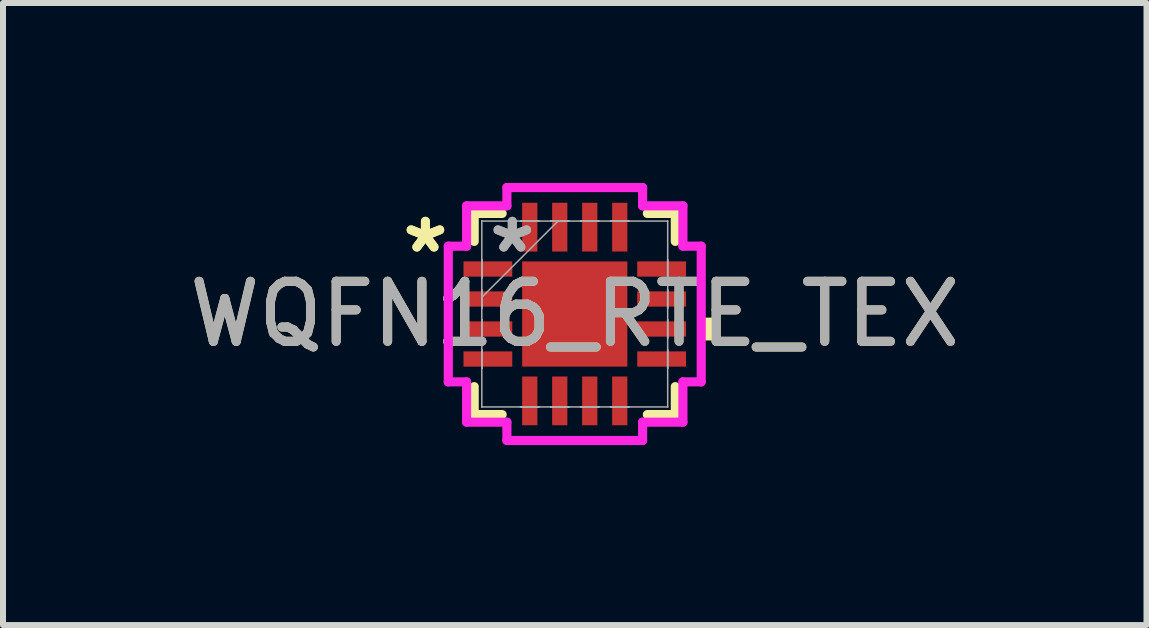
<source format=kicad_pcb>
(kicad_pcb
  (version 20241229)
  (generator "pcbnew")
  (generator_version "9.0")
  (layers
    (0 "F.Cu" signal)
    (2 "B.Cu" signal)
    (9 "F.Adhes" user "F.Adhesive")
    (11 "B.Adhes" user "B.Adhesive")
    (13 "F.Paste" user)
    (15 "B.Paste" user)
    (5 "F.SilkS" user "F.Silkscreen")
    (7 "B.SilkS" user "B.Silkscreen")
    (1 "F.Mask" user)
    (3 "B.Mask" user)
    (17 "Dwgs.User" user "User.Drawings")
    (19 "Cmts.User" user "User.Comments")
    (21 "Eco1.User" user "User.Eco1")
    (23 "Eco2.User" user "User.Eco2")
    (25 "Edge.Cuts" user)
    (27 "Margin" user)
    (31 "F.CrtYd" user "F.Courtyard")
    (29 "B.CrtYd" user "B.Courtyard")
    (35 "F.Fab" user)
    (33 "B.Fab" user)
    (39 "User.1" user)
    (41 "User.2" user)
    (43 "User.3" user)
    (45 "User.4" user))
  (footprint "WQFN16_RTE_TEX"
    (layer "F.Cu")
    (at 6.53 2.184)
    (property "Reference" "WQFN16_RTE_TEX" (at 0 0 0) (unlocked yes) (layer "F.SilkS") (effects (font (size 1 1) (thickness 0.15))))
    (attr smd)
    (fp_line (start -1.676 -1.676) (end -1.676 -1.21) (stroke (width 0.152) (type solid)) (layer "F.SilkS"))
    (fp_line (start -1.676 1.21) (end -1.676 1.676) (stroke (width 0.152) (type solid)) (layer "F.SilkS"))
    (fp_line (start -1.676 1.676) (end -1.21 1.676) (stroke (width 0.152) (type solid)) (layer "F.SilkS"))
    (fp_line (start -1.21 -1.676) (end -1.676 -1.676) (stroke (width 0.152) (type solid)) (layer "F.SilkS"))
    (fp_line (start 1.21 1.676) (end 1.676 1.676) (stroke (width 0.152) (type solid)) (layer "F.SilkS"))
    (fp_line (start 1.676 -1.676) (end 1.21 -1.676) (stroke (width 0.152) (type solid)) (layer "F.SilkS"))
    (fp_line (start 1.676 -1.21) (end 1.676 -1.676) (stroke (width 0.152) (type solid)) (layer "F.SilkS"))
    (fp_line (start 1.676 1.676) (end 1.676 1.21) (stroke (width 0.152) (type solid)) (layer "F.SilkS"))
    (fp_poly (pts (xy 2.362 0.06) (xy 2.362 0.441) (xy 2.108 0.441) (xy 2.108 0.06)) (stroke (width 0) (type solid)) (fill yes) (layer "F.SilkS"))
    (fp_line (start -2.108 -1.131) (end -1.803 -1.131) (stroke (width 0.152) (type solid)) (layer "F.CrtYd"))
    (fp_line (start -2.108 1.131) (end -2.108 -1.131) (stroke (width 0.152) (type solid)) (layer "F.CrtYd"))
    (fp_line (start -1.803 -1.803) (end -1.131 -1.803) (stroke (width 0.152) (type solid)) (layer "F.CrtYd"))
    (fp_line (start -1.803 -1.131) (end -1.803 -1.803) (stroke (width 0.152) (type solid)) (layer "F.CrtYd"))
    (fp_line (start -1.803 1.131) (end -2.108 1.131) (stroke (width 0.152) (type solid)) (layer "F.CrtYd"))
    (fp_line (start -1.803 1.803) (end -1.803 1.131) (stroke (width 0.152) (type solid)) (layer "F.CrtYd"))
    (fp_line (start -1.131 -2.108) (end 1.131 -2.108) (stroke (width 0.152) (type solid)) (layer "F.CrtYd"))
    (fp_line (start -1.131 -1.803) (end -1.131 -2.108) (stroke (width 0.152) (type solid)) (layer "F.CrtYd"))
    (fp_line (start -1.131 1.803) (end -1.803 1.803) (stroke (width 0.152) (type solid)) (layer "F.CrtYd"))
    (fp_line (start -1.131 2.108) (end -1.131 1.803) (stroke (width 0.152) (type solid)) (layer "F.CrtYd"))
    (fp_line (start 1.131 -2.108) (end 1.131 -1.803) (stroke (width 0.152) (type solid)) (layer "F.CrtYd"))
    (fp_line (start 1.131 -1.803) (end 1.803 -1.803) (stroke (width 0.152) (type solid)) (layer "F.CrtYd"))
    (fp_line (start 1.131 1.803) (end 1.131 2.108) (stroke (width 0.152) (type solid)) (layer "F.CrtYd"))
    (fp_line (start 1.131 2.108) (end -1.131 2.108) (stroke (width 0.152) (type solid)) (layer "F.CrtYd"))
    (fp_line (start 1.803 -1.803) (end 1.803 -1.131) (stroke (width 0.152) (type solid)) (layer "F.CrtYd"))
    (fp_line (start 1.803 -1.131) (end 2.108 -1.131) (stroke (width 0.152) (type solid)) (layer "F.CrtYd"))
    (fp_line (start 1.803 1.131) (end 1.803 1.803) (stroke (width 0.152) (type solid)) (layer "F.CrtYd"))
    (fp_line (start 1.803 1.803) (end 1.131 1.803) (stroke (width 0.152) (type solid)) (layer "F.CrtYd"))
    (fp_line (start 2.108 -1.131) (end 2.108 1.131) (stroke (width 0.152) (type solid)) (layer "F.CrtYd"))
    (fp_line (start 2.108 1.131) (end 1.803 1.131) (stroke (width 0.152) (type solid)) (layer "F.CrtYd"))
    (fp_line (start -1.549 -1.549) (end -1.549 -1.549) (stroke (width 0.025) (type solid)) (layer "F.Fab"))
    (fp_line (start -1.549 -1.549) (end -1.549 1.549) (stroke (width 0.025) (type solid)) (layer "F.Fab"))
    (fp_line (start -1.549 -0.903) (end -1.549 -0.903) (stroke (width 0.025) (type solid)) (layer "F.Fab"))
    (fp_line (start -1.549 -0.903) (end -1.549 -0.598) (stroke (width 0.025) (type solid)) (layer "F.Fab"))
    (fp_line (start -1.549 -0.598) (end -1.549 -0.903) (stroke (width 0.025) (type solid)) (layer "F.Fab"))
    (fp_line (start -1.549 -0.598) (end -1.549 -0.598) (stroke (width 0.025) (type solid)) (layer "F.Fab"))
    (fp_line (start -1.549 -0.402) (end -1.549 -0.402) (stroke (width 0.025) (type solid)) (layer "F.Fab"))
    (fp_line (start -1.549 -0.402) (end -1.549 -0.098) (stroke (width 0.025) (type solid)) (layer "F.Fab"))
    (fp_line (start -1.549 -0.279) (end -0.279 -1.549) (stroke (width 0.025) (type solid)) (layer "F.Fab"))
    (fp_line (start -1.549 -0.098) (end -1.549 -0.402) (stroke (width 0.025) (type solid)) (layer "F.Fab"))
    (fp_line (start -1.549 -0.098) (end -1.549 -0.098) (stroke (width 0.025) (type solid)) (layer "F.Fab"))
    (fp_line (start -1.549 0.098) (end -1.549 0.098) (stroke (width 0.025) (type solid)) (layer "F.Fab"))
    (fp_line (start -1.549 0.098) (end -1.549 0.402) (stroke (width 0.025) (type solid)) (layer "F.Fab"))
    (fp_line (start -1.549 0.402) (end -1.549 0.098) (stroke (width 0.025) (type solid)) (layer "F.Fab"))
    (fp_line (start -1.549 0.402) (end -1.549 0.402) (stroke (width 0.025) (type solid)) (layer "F.Fab"))
    (fp_line (start -1.549 0.598) (end -1.549 0.598) (stroke (width 0.025) (type solid)) (layer "F.Fab"))
    (fp_line (start -1.549 0.598) (end -1.549 0.903) (stroke (width 0.025) (type solid)) (layer "F.Fab"))
    (fp_line (start -1.549 0.903) (end -1.549 0.598) (stroke (width 0.025) (type solid)) (layer "F.Fab"))
    (fp_line (start -1.549 0.903) (end -1.549 0.903) (stroke (width 0.025) (type solid)) (layer "F.Fab"))
    (fp_line (start -1.549 1.549) (end -1.549 1.549) (stroke (width 0.025) (type solid)) (layer "F.Fab"))
    (fp_line (start -1.549 1.549) (end 1.549 1.549) (stroke (width 0.025) (type solid)) (layer "F.Fab"))
    (fp_line (start -0.903 -1.549) (end -0.903 -1.549) (stroke (width 0.025) (type solid)) (layer "F.Fab"))
    (fp_line (start -0.903 -1.549) (end -0.598 -1.549) (stroke (width 0.025) (type solid)) (layer "F.Fab"))
    (fp_line (start -0.903 1.549) (end -0.903 1.549) (stroke (width 0.025) (type solid)) (layer "F.Fab"))
    (fp_line (start -0.903 1.549) (end -0.598 1.549) (stroke (width 0.025) (type solid)) (layer "F.Fab"))
    (fp_line (start -0.598 -1.549) (end -0.903 -1.549) (stroke (width 0.025) (type solid)) (layer "F.Fab"))
    (fp_line (start -0.598 -1.549) (end -0.598 -1.549) (stroke (width 0.025) (type solid)) (layer "F.Fab"))
    (fp_line (start -0.598 1.549) (end -0.903 1.549) (stroke (width 0.025) (type solid)) (layer "F.Fab"))
    (fp_line (start -0.598 1.549) (end -0.598 1.549) (stroke (width 0.025) (type solid)) (layer "F.Fab"))
    (fp_line (start -0.402 -1.549) (end -0.402 -1.549) (stroke (width 0.025) (type solid)) (layer "F.Fab"))
    (fp_line (start -0.402 -1.549) (end -0.098 -1.549) (stroke (width 0.025) (type solid)) (layer "F.Fab"))
    (fp_line (start -0.402 1.549) (end -0.402 1.549) (stroke (width 0.025) (type solid)) (layer "F.Fab"))
    (fp_line (start -0.402 1.549) (end -0.098 1.549) (stroke (width 0.025) (type solid)) (layer "F.Fab"))
    (fp_line (start -0.098 -1.549) (end -0.402 -1.549) (stroke (width 0.025) (type solid)) (layer "F.Fab"))
    (fp_line (start -0.098 -1.549) (end -0.098 -1.549) (stroke (width 0.025) (type solid)) (layer "F.Fab"))
    (fp_line (start -0.098 1.549) (end -0.402 1.549) (stroke (width 0.025) (type solid)) (layer "F.Fab"))
    (fp_line (start -0.098 1.549) (end -0.098 1.549) (stroke (width 0.025) (type solid)) (layer "F.Fab"))
    (fp_line (start 0.098 -1.549) (end 0.098 -1.549) (stroke (width 0.025) (type solid)) (layer "F.Fab"))
    (fp_line (start 0.098 -1.549) (end 0.402 -1.549) (stroke (width 0.025) (type solid)) (layer "F.Fab"))
    (fp_line (start 0.098 1.549) (end 0.098 1.549) (stroke (width 0.025) (type solid)) (layer "F.Fab"))
    (fp_line (start 0.098 1.549) (end 0.402 1.549) (stroke (width 0.025) (type solid)) (layer "F.Fab"))
    (fp_line (start 0.402 -1.549) (end 0.098 -1.549) (stroke (width 0.025) (type solid)) (layer "F.Fab"))
    (fp_line (start 0.402 -1.549) (end 0.402 -1.549) (stroke (width 0.025) (type solid)) (layer "F.Fab"))
    (fp_line (start 0.402 1.549) (end 0.098 1.549) (stroke (width 0.025) (type solid)) (layer "F.Fab"))
    (fp_line (start 0.402 1.549) (end 0.402 1.549) (stroke (width 0.025) (type solid)) (layer "F.Fab"))
    (fp_line (start 0.598 -1.549) (end 0.598 -1.549) (stroke (width 0.025) (type solid)) (layer "F.Fab"))
    (fp_line (start 0.598 -1.549) (end 0.903 -1.549) (stroke (width 0.025) (type solid)) (layer "F.Fab"))
    (fp_line (start 0.598 1.549) (end 0.598 1.549) (stroke (width 0.025) (type solid)) (layer "F.Fab"))
    (fp_line (start 0.598 1.549) (end 0.903 1.549) (stroke (width 0.025) (type solid)) (layer "F.Fab"))
    (fp_line (start 0.903 -1.549) (end 0.598 -1.549) (stroke (width 0.025) (type solid)) (layer "F.Fab"))
    (fp_line (start 0.903 -1.549) (end 0.903 -1.549) (stroke (width 0.025) (type solid)) (layer "F.Fab"))
    (fp_line (start 0.903 1.549) (end 0.598 1.549) (stroke (width 0.025) (type solid)) (layer "F.Fab"))
    (fp_line (start 0.903 1.549) (end 0.903 1.549) (stroke (width 0.025) (type solid)) (layer "F.Fab"))
    (fp_line (start 1.549 -1.549) (end -1.549 -1.549) (stroke (width 0.025) (type solid)) (layer "F.Fab"))
    (fp_line (start 1.549 -1.549) (end 1.549 -1.549) (stroke (width 0.025) (type solid)) (layer "F.Fab"))
    (fp_line (start 1.549 -0.903) (end 1.549 -0.903) (stroke (width 0.025) (type solid)) (layer "F.Fab"))
    (fp_line (start 1.549 -0.903) (end 1.549 -0.598) (stroke (width 0.025) (type solid)) (layer "F.Fab"))
    (fp_line (start 1.549 -0.598) (end 1.549 -0.903) (stroke (width 0.025) (type solid)) (layer "F.Fab"))
    (fp_line (start 1.549 -0.598) (end 1.549 -0.598) (stroke (width 0.025) (type solid)) (layer "F.Fab"))
    (fp_line (start 1.549 -0.402) (end 1.549 -0.402) (stroke (width 0.025) (type solid)) (layer "F.Fab"))
    (fp_line (start 1.549 -0.402) (end 1.549 -0.098) (stroke (width 0.025) (type solid)) (layer "F.Fab"))
    (fp_line (start 1.549 -0.098) (end 1.549 -0.402) (stroke (width 0.025) (type solid)) (layer "F.Fab"))
    (fp_line (start 1.549 -0.098) (end 1.549 -0.098) (stroke (width 0.025) (type solid)) (layer "F.Fab"))
    (fp_line (start 1.549 0.098) (end 1.549 0.098) (stroke (width 0.025) (type solid)) (layer "F.Fab"))
    (fp_line (start 1.549 0.098) (end 1.549 0.402) (stroke (width 0.025) (type solid)) (layer "F.Fab"))
    (fp_line (start 1.549 0.402) (end 1.549 0.098) (stroke (width 0.025) (type solid)) (layer "F.Fab"))
    (fp_line (start 1.549 0.402) (end 1.549 0.402) (stroke (width 0.025) (type solid)) (layer "F.Fab"))
    (fp_line (start 1.549 0.598) (end 1.549 0.598) (stroke (width 0.025) (type solid)) (layer "F.Fab"))
    (fp_line (start 1.549 0.598) (end 1.549 0.903) (stroke (width 0.025) (type solid)) (layer "F.Fab"))
    (fp_line (start 1.549 0.903) (end 1.549 0.598) (stroke (width 0.025) (type solid)) (layer "F.Fab"))
    (fp_line (start 1.549 0.903) (end 1.549 0.903) (stroke (width 0.025) (type solid)) (layer "F.Fab"))
    (fp_line (start 1.549 1.549) (end 1.549 -1.549) (stroke (width 0.025) (type solid)) (layer "F.Fab"))
    (fp_line (start 1.549 1.549) (end 1.549 1.549) (stroke (width 0.025) (type solid)) (layer "F.Fab"))
    (fp_text user "*" (at -2.489 -1 0) (unlocked yes) (layer "F.SilkS") (effects (font (size 1 1) (thickness 0.15))))
    (fp_text user "*" (at -2.489 -1 0) (layer "F.SilkS") (effects (font (size 1 1) (thickness 0.15))))
    (fp_text user "*" (at -1.041 -1 0) (unlocked yes) (layer "F.Fab") (effects (font (size 1 1) (thickness 0.15))))
    (fp_text user "*" (at -1.041 -1 0) (layer "F.Fab") (effects (font (size 1 1) (thickness 0.15))))
    (fp_text user "${REFERENCE}" (at 0 0 0) (unlocked yes) (layer "F.Fab") (effects (font (size 1 1) (thickness 0.15))))
    (pad "1" smd rect (at -1.448 -0.75 90) (size 0.254 0.813) (layers "F.Cu" "F.Mask" "F.Paste"))
    (pad "2" smd rect (at -1.448 -0.25 90) (size 0.254 0.813) (layers "F.Cu" "F.Mask" "F.Paste"))
    (pad "3" smd rect (at -1.448 0.25 90) (size 0.254 0.813) (layers "F.Cu" "F.Mask" "F.Paste"))
    (pad "4" smd rect (at -1.448 0.75 90) (size 0.254 0.813) (layers "F.Cu" "F.Mask" "F.Paste"))
    (pad "5" smd rect (at -0.75 1.448) (size 0.254 0.813) (layers "F.Cu" "F.Mask" "F.Paste"))
    (pad "6" smd rect (at -0.25 1.448) (size 0.254 0.813) (layers "F.Cu" "F.Mask" "F.Paste"))
    (pad "7" smd rect (at 0.25 1.448) (size 0.254 0.813) (layers "F.Cu" "F.Mask" "F.Paste"))
    (pad "8" smd rect (at 0.75 1.448) (size 0.254 0.813) (layers "F.Cu" "F.Mask" "F.Paste"))
    (pad "9" smd rect (at 1.448 0.75 90) (size 0.254 0.813) (layers "F.Cu" "F.Mask" "F.Paste"))
    (pad "10" smd rect (at 1.448 0.25 90) (size 0.254 0.813) (layers "F.Cu" "F.Mask" "F.Paste"))
    (pad "11" smd rect (at 1.448 -0.25 90) (size 0.254 0.813) (layers "F.Cu" "F.Mask" "F.Paste"))
    (pad "12" smd rect (at 1.448 -0.75 90) (size 0.254 0.813) (layers "F.Cu" "F.Mask" "F.Paste"))
    (pad "13" smd rect (at 0.75 -1.448) (size 0.254 0.813) (layers "F.Cu" "F.Mask" "F.Paste"))
    (pad "14" smd rect (at 0.25 -1.448) (size 0.254 0.813) (layers "F.Cu" "F.Mask" "F.Paste"))
    (pad "15" smd rect (at -0.25 -1.448) (size 0.254 0.813) (layers "F.Cu" "F.Mask" "F.Paste"))
    (pad "16" smd rect (at -0.75 -1.448) (size 0.254 0.813) (layers "F.Cu" "F.Mask" "F.Paste"))
    (pad "17" smd rect (at 0 0) (size 1.753 1.753) (layers "F.Cu" "F.Mask" "F.Paste")))
  (gr_rect
    (start -3 -3)
    (end 16.06 7.369)
    (stroke (width 0.1) (type default))
    (fill no)
    (layer "Edge.Cuts")))
</source>
